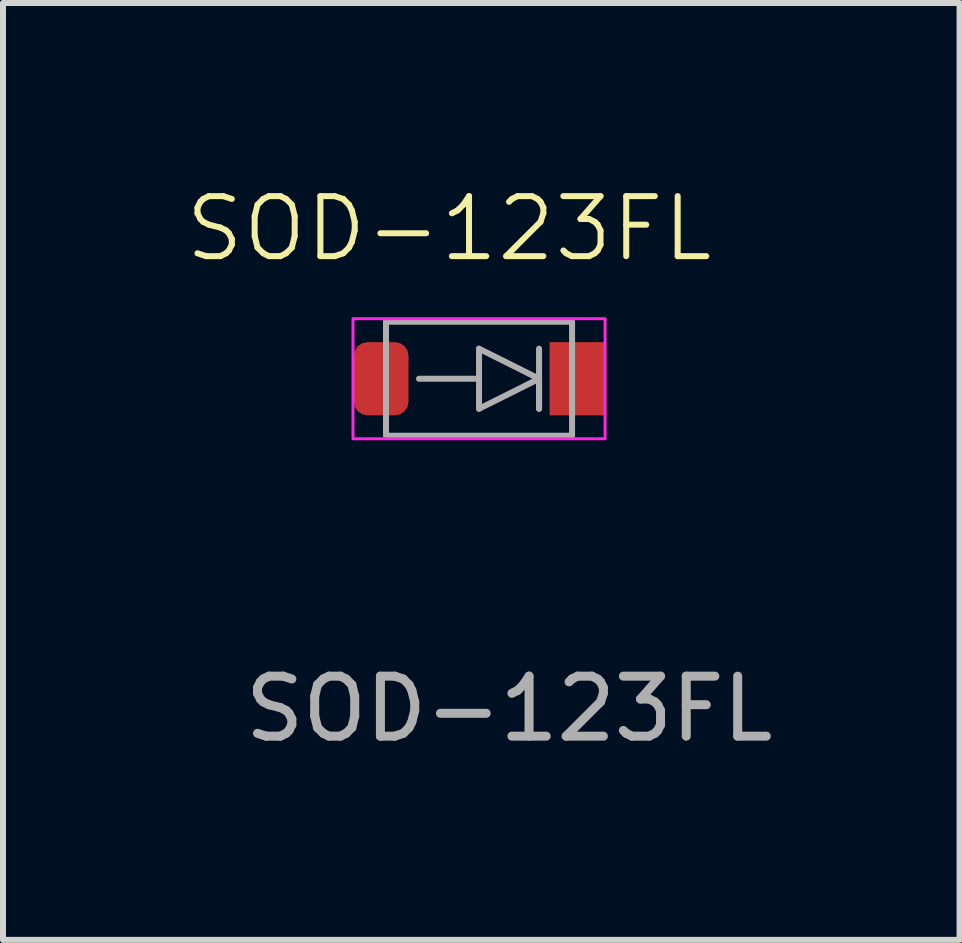
<source format=kicad_pcb>
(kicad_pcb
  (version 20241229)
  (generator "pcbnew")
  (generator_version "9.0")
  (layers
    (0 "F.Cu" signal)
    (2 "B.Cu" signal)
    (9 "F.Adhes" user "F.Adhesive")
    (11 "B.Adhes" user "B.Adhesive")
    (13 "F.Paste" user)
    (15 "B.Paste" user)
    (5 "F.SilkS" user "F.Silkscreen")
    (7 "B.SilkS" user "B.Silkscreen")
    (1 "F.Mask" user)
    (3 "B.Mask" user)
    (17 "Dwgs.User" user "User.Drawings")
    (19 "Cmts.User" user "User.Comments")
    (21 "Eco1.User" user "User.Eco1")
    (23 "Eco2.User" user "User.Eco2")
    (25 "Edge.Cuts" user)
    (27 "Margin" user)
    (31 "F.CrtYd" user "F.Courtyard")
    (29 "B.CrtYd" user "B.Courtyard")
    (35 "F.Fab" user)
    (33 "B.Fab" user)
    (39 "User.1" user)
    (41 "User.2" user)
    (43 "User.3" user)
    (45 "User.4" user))
  (footprint "SOD-123FL"
    (layer "F.Cu")
    (at 4.931 3.26)
    (property "Reference" "SOD-123FL" (at -0.5 -2.5 0) (unlocked yes) (layer "F.SilkS") (effects (font (size 1 1) (thickness 0.1))))
    (attr smd)
    (fp_rect (start -2.1 -1) (end 2.1 1) (stroke (width 0.05) (type solid)) (fill no) (layer "F.CrtYd"))
    (fp_line (start 0 -0.5) (end 0 0.5) (stroke (width 0.1) (type default)) (layer "F.Fab"))
    (fp_line (start 0 0) (end -1 0) (stroke (width 0.1) (type default)) (layer "F.Fab"))
    (fp_line (start 0 0.5) (end 1 0) (stroke (width 0.1) (type default)) (layer "F.Fab"))
    (fp_line (start 1 -0.5) (end 1 0.5) (stroke (width 0.1) (type default)) (layer "F.Fab"))
    (fp_line (start 1 0) (end 0 -0.5) (stroke (width 0.1) (type default)) (layer "F.Fab"))
    (fp_line (start 1 0.5) (end 1 0) (stroke (width 0.1) (type default)) (layer "F.Fab"))
    (fp_rect (start -1.55 -0.95) (end 1.55 0.95) (stroke (width 0.1) (type solid)) (fill no) (layer "F.Fab"))
    (fp_text user "${REFERENCE}" (at 0.5 5.5 0) (unlocked yes) (layer "F.Fab") (effects (font (size 1 1) (thickness 0.15))))
    (pad "1" smd rect (at 1.63 0) (size 0.91 1.22) (layers "F.Cu" "F.Mask" "F.Paste"))
    (pad "2" smd roundrect (at -1.63 0) (size 0.91 1.22) (layers "F.Cu" "F.Mask" "F.Paste") (roundrect_rratio 0.25)))
  (gr_rect
    (start -3 -3)
    (end 12.937 12.609)
    (stroke (width 0.1) (type default))
    (fill no)
    (layer "Edge.Cuts")))
</source>
